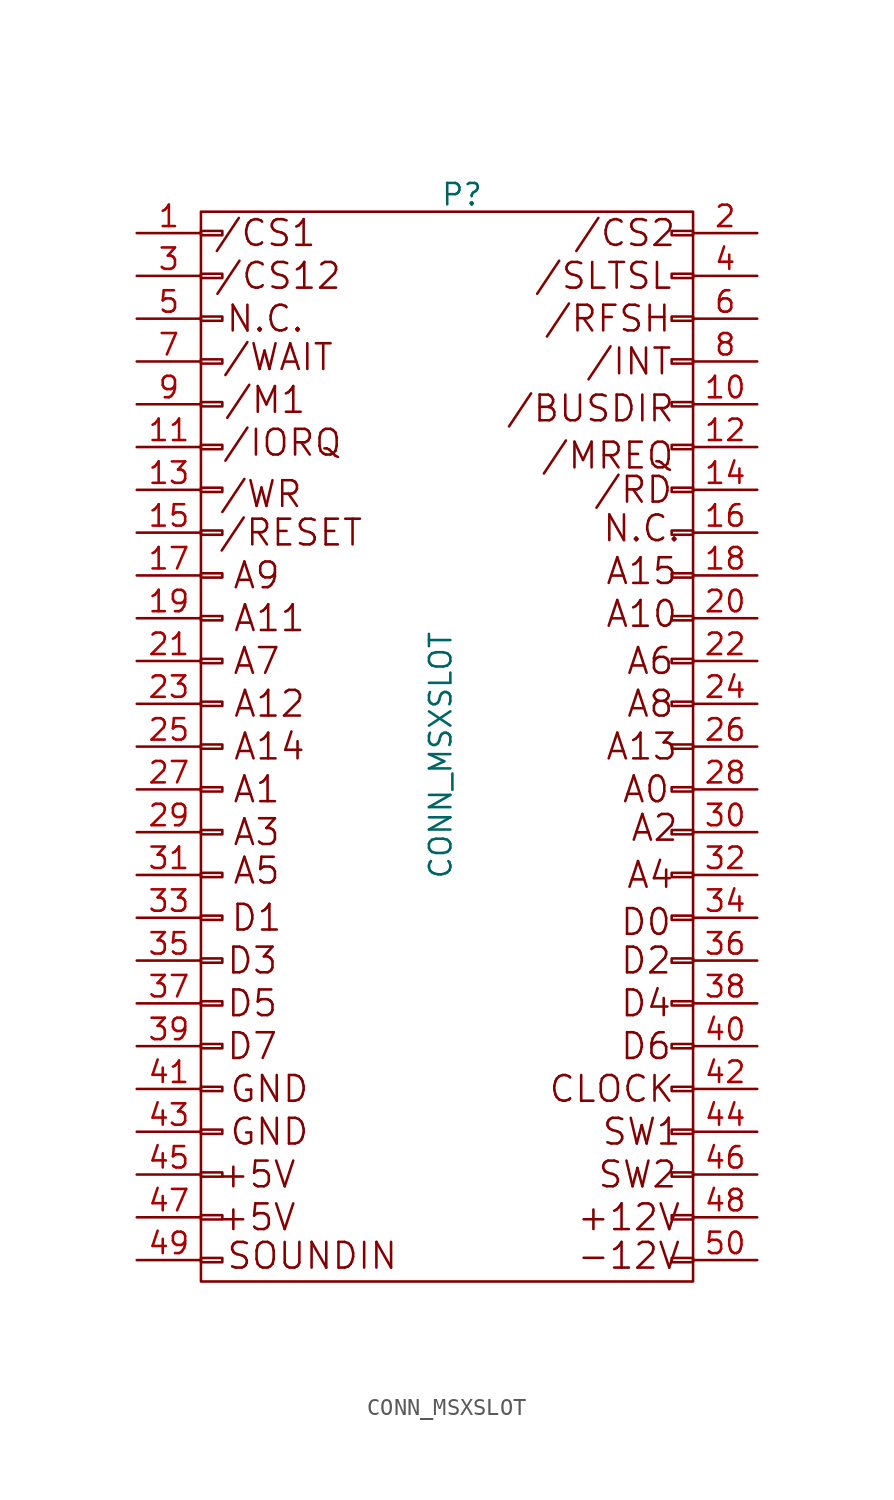
<source format=kicad_sym>
(kicad_symbol_lib
  (version 20231120)
  (generator "kicad_symbol_editor")
  (generator_version "8.0")
  (symbol "CONN_MSXSLOT"
    (pin_names
      (offset 0.025) hide)
    (property "Reference" "P"
      (at 0.254 31.496 0)
      (effects (font (size 1.27 1.27))))
    (property "Value" "CONN_MSXSLOT"
      (at -1.016 -1.778 90)
      (effects (font (size 1.27 1.27))))
    (property "Footprint" ""
      (at -12.7 -20.32 0)
      (effects (font (size 1.27 1.27))))
    (property "Datasheet" ""
      (at -12.7 -20.32 0)
      (effects (font (size 1.27 1.27))))
    (symbol "CONN_MSXSLOT_0_0"
      (text "+12V" (at 10.16 -29.21 0) (effects (font (size 1.524 1.524))))
      (text "+5V" (at -11.938 -29.21 0) (effects (font (size 1.524 1.524))))
      (text "+5V" (at -11.938 -26.67 0) (effects (font (size 1.524 1.524))))
      (text "-12V" (at 10.16 -31.496 0) (effects (font (size 1.524 1.524))))
      (text "/BUSDIR" (at 7.874 18.796 0) (effects (font (size 1.524 1.524))))
      (text "/CS1" (at -11.43 29.21 0) (effects (font (size 1.524 1.524))))
      (text "/CS12" (at -10.668 26.67 0) (effects (font (size 1.524 1.524))))
      (text "/CS2" (at 9.906 29.21 0) (effects (font (size 1.524 1.524))))
      (text "/INT" (at 10.16 21.59 0) (effects (font (size 1.524 1.524))))
      (text "/IORQ" (at -10.414 16.764 0) (effects (font (size 1.524 1.524))))
      (text "/M1" (at -11.43 19.304 0) (effects (font (size 1.524 1.524))))
      (text "/MREQ" (at 8.89 16.002 0) (effects (font (size 1.524 1.524))))
      (text "/RD" (at 10.414 13.97 0) (effects (font (size 1.524 1.524))))
      (text "/RESET" (at -9.906 11.43 0) (effects (font (size 1.524 1.524))))
      (text "/RFSH" (at 8.89 24.13 0) (effects (font (size 1.524 1.524))))
      (text "/SLTSL" (at 8.636 26.67 0) (effects (font (size 1.524 1.524))))
      (text "/WAIT" (at -10.668 21.844 0) (effects (font (size 1.524 1.524))))
      (text "/WR" (at -11.684 13.716 0) (effects (font (size 1.524 1.524))))
      (text "A0" (at 11.176 -3.81 0) (effects (font (size 1.524 1.524))))
      (text "A1" (at -11.938 -3.81 0) (effects (font (size 1.524 1.524))))
      (text "A10" (at 10.922 6.604 0) (effects (font (size 1.524 1.524))))
      (text "A11" (at -11.176 6.35 0) (effects (font (size 1.524 1.524))))
      (text "A12" (at -11.176 1.27 0) (effects (font (size 1.524 1.524))))
      (text "A13" (at 10.922 -1.27 0) (effects (font (size 1.524 1.524))))
      (text "A14" (at -11.176 -1.27 0) (effects (font (size 1.524 1.524))))
      (text "A15" (at 10.922 9.144 0) (effects (font (size 1.524 1.524))))
      (text "A2" (at 11.684 -6.096 0) (effects (font (size 1.524 1.524))))
      (text "A3" (at -11.938 -6.35 0) (effects (font (size 1.524 1.524))))
      (text "A4" (at 11.43 -8.89 0) (effects (font (size 1.524 1.524))))
      (text "A5" (at -11.938 -8.636 0) (effects (font (size 1.524 1.524))))
      (text "A6" (at 11.43 3.81 0) (effects (font (size 1.524 1.524))))
      (text "A7" (at -11.938 3.81 0) (effects (font (size 1.524 1.524))))
      (text "A8" (at 11.43 1.27 0) (effects (font (size 1.524 1.524))))
      (text "A9" (at -11.938 8.89 0) (effects (font (size 1.524 1.524))))
      (text "CLOCK" (at 9.144 -21.59 0) (effects (font (size 1.524 1.524))))
      (text "D0" (at 11.176 -11.684 0) (effects (font (size 1.524 1.524))))
      (text "D1" (at -11.938 -11.43 0) (effects (font (size 1.524 1.524))))
      (text "D2" (at 11.176 -13.97 0) (effects (font (size 1.524 1.524))))
      (text "D3" (at -12.192 -13.97 0) (effects (font (size 1.524 1.524))))
      (text "D4" (at 11.176 -16.51 0) (effects (font (size 1.524 1.524))))
      (text "D5" (at -12.192 -16.51 0) (effects (font (size 1.524 1.524))))
      (text "D6" (at 11.176 -19.05 0) (effects (font (size 1.524 1.524))))
      (text "D7" (at -12.192 -19.05 0) (effects (font (size 1.524 1.524))))
      (text "GND" (at -11.176 -24.13 0) (effects (font (size 1.524 1.524))))
      (text "GND" (at -11.176 -21.59 0) (effects (font (size 1.524 1.524))))
      (text "N.C." (at -11.43 24.13 0) (effects (font (size 1.524 1.524))))
      (text "N.C." (at 10.922 11.684 0) (effects (font (size 1.524 1.524))))
      (text "SOUNDIN" (at -8.636 -31.496 0) (effects (font (size 1.524 1.524))))
      (text "SW1" (at 10.922 -24.13 0) (effects (font (size 1.524 1.524))))
      (text "SW2" (at 10.668 -26.67 0) (effects (font (size 1.524 1.524)))))
    (symbol "CONN_MSXSLOT_0_1"
      (rectangle (start -15.24 -31.623) (end -13.97 -31.877) (stroke (width 0) (type solid)) (fill (type none)))
      (rectangle (start -15.24 -29.083) (end -13.97 -29.337) (stroke (width 0) (type solid)) (fill (type none)))
      (rectangle (start -15.24 -26.543) (end -13.97 -26.797) (stroke (width 0) (type solid)) (fill (type none)))
      (rectangle (start -15.24 -24.003) (end -13.97 -24.257) (stroke (width 0) (type solid)) (fill (type none)))
      (rectangle (start -15.24 -21.463) (end -13.97 -21.717) (stroke (width 0) (type solid)) (fill (type none)))
      (rectangle (start -15.24 -18.923) (end -13.97 -19.177) (stroke (width 0) (type solid)) (fill (type none)))
      (rectangle (start -15.24 -16.383) (end -13.97 -16.637) (stroke (width 0) (type solid)) (fill (type none)))
      (rectangle (start -15.24 -13.843) (end -13.97 -14.097) (stroke (width 0) (type solid)) (fill (type none)))
      (rectangle (start -15.24 -11.303) (end -13.97 -11.557) (stroke (width 0) (type solid)) (fill (type none)))
      (rectangle (start -15.24 -8.763) (end -13.97 -9.017) (stroke (width 0) (type solid)) (fill (type none)))
      (rectangle (start -15.24 -6.223) (end -13.97 -6.477) (stroke (width 0) (type solid)) (fill (type none)))
      (rectangle (start -15.24 -3.683) (end -13.97 -3.937) (stroke (width 0) (type solid)) (fill (type none)))
      (rectangle (start -15.24 -1.143) (end -13.97 -1.397) (stroke (width 0) (type solid)) (fill (type none)))
      (rectangle (start -15.24 1.397) (end -13.97 1.143) (stroke (width 0) (type solid)) (fill (type none)))
      (rectangle (start -15.24 3.937) (end -13.97 3.683) (stroke (width 0) (type solid)) (fill (type none)))
      (rectangle (start -15.24 6.477) (end -13.97 6.223) (stroke (width 0) (type solid)) (fill (type none)))
      (rectangle (start -15.24 9.017) (end -13.97 8.763) (stroke (width 0) (type solid)) (fill (type none)))
      (rectangle (start -15.24 11.557) (end -13.97 11.303) (stroke (width 0) (type solid)) (fill (type none)))
      (rectangle (start -15.24 14.097) (end -13.97 13.843) (stroke (width 0) (type solid)) (fill (type none)))
      (rectangle (start -15.24 16.637) (end -13.97 16.383) (stroke (width 0) (type solid)) (fill (type none)))
      (rectangle (start -15.24 19.177) (end -13.97 18.923) (stroke (width 0) (type solid)) (fill (type none)))
      (rectangle (start -15.24 21.717) (end -13.97 21.463) (stroke (width 0) (type solid)) (fill (type none)))
      (rectangle (start -15.24 24.257) (end -13.97 24.003) (stroke (width 0) (type solid)) (fill (type none)))
      (rectangle (start -15.24 26.797) (end -13.97 26.543) (stroke (width 0) (type solid)) (fill (type none)))
      (rectangle (start -15.24 29.337) (end -13.97 29.083) (stroke (width 0) (type solid)) (fill (type none)))
      (rectangle (start -15.24 30.48) (end 13.97 -33.02) (stroke (width 0) (type solid)) (fill (type none)))
      (rectangle (start 12.7 -31.623) (end 13.97 -31.877) (stroke (width 0) (type solid)) (fill (type none)))
      (rectangle (start 12.7 -29.083) (end 13.97 -29.337) (stroke (width 0) (type solid)) (fill (type none)))
      (rectangle (start 12.7 -26.543) (end 13.97 -26.797) (stroke (width 0) (type solid)) (fill (type none)))
      (rectangle (start 12.7 -24.003) (end 13.97 -24.257) (stroke (width 0) (type solid)) (fill (type none)))
      (rectangle (start 12.7 -21.463) (end 13.97 -21.717) (stroke (width 0) (type solid)) (fill (type none)))
      (rectangle (start 12.7 -18.923) (end 13.97 -19.177) (stroke (width 0) (type solid)) (fill (type none)))
      (rectangle (start 12.7 -16.383) (end 13.97 -16.637) (stroke (width 0) (type solid)) (fill (type none)))
      (rectangle (start 12.7 -13.843) (end 13.97 -14.097) (stroke (width 0) (type solid)) (fill (type none)))
      (rectangle (start 12.7 -11.303) (end 13.97 -11.557) (stroke (width 0) (type solid)) (fill (type none)))
      (rectangle (start 12.7 -8.763) (end 13.97 -9.017) (stroke (width 0) (type solid)) (fill (type none)))
      (rectangle (start 12.7 -6.223) (end 13.97 -6.477) (stroke (width 0) (type solid)) (fill (type none)))
      (rectangle (start 12.7 -3.683) (end 13.97 -3.937) (stroke (width 0) (type solid)) (fill (type none)))
      (rectangle (start 12.7 -1.143) (end 13.97 -1.397) (stroke (width 0) (type solid)) (fill (type none)))
      (rectangle (start 12.7 1.397) (end 13.97 1.143) (stroke (width 0) (type solid)) (fill (type none)))
      (rectangle (start 12.7 3.937) (end 13.97 3.683) (stroke (width 0) (type solid)) (fill (type none)))
      (rectangle (start 12.7 6.477) (end 13.97 6.223) (stroke (width 0) (type solid)) (fill (type none)))
      (rectangle (start 12.7 9.017) (end 13.97 8.763) (stroke (width 0) (type solid)) (fill (type none)))
      (rectangle (start 12.7 11.557) (end 13.97 11.303) (stroke (width 0) (type solid)) (fill (type none)))
      (rectangle (start 12.7 14.097) (end 13.97 13.843) (stroke (width 0) (type solid)) (fill (type none)))
      (rectangle (start 12.7 16.637) (end 13.97 16.383) (stroke (width 0) (type solid)) (fill (type none)))
      (rectangle (start 12.7 19.177) (end 13.97 18.923) (stroke (width 0) (type solid)) (fill (type none)))
      (rectangle (start 12.7 21.717) (end 13.97 21.463) (stroke (width 0) (type solid)) (fill (type none)))
      (rectangle (start 12.7 24.257) (end 13.97 24.003) (stroke (width 0) (type solid)) (fill (type none)))
      (rectangle (start 12.7 26.797) (end 13.97 26.543) (stroke (width 0) (type solid)) (fill (type none)))
      (rectangle (start 12.7 29.337) (end 13.97 29.083) (stroke (width 0) (type solid)) (fill (type none))))
    (symbol "CONN_MSXSLOT_1_1"
      (pin passive line (at -19.05 29.21 0) (length 3.81) (name "P1" (effects (font (size 1.27 1.27)))) (number "1" (effects (font (size 1.27 1.27)))))
      (pin passive line (at 17.78 19.05 180) (length 3.81) (name "P10" (effects (font (size 1.27 1.27)))) (number "10" (effects (font (size 1.27 1.27)))))
      (pin passive line (at -19.05 16.51 0) (length 3.81) (name "P11" (effects (font (size 1.27 1.27)))) (number "11" (effects (font (size 1.27 1.27)))))
      (pin passive line (at 17.78 16.51 180) (length 3.81) (name "P12" (effects (font (size 1.27 1.27)))) (number "12" (effects (font (size 1.27 1.27)))))
      (pin passive line (at -19.05 13.97 0) (length 3.81) (name "P13" (effects (font (size 1.27 1.27)))) (number "13" (effects (font (size 1.27 1.27)))))
      (pin passive line (at 17.78 13.97 180) (length 3.81) (name "P14" (effects (font (size 1.27 1.27)))) (number "14" (effects (font (size 1.27 1.27)))))
      (pin passive line (at -19.05 11.43 0) (length 3.81) (name "P15" (effects (font (size 1.27 1.27)))) (number "15" (effects (font (size 1.27 1.27)))))
      (pin passive line (at 17.78 11.43 180) (length 3.81) (name "P16" (effects (font (size 1.27 1.27)))) (number "16" (effects (font (size 1.27 1.27)))))
      (pin passive line (at -19.05 8.89 0) (length 3.81) (name "P17" (effects (font (size 1.27 1.27)))) (number "17" (effects (font (size 1.27 1.27)))))
      (pin passive line (at 17.78 8.89 180) (length 3.81) (name "P18" (effects (font (size 1.27 1.27)))) (number "18" (effects (font (size 1.27 1.27)))))
      (pin passive line (at -19.05 6.35 0) (length 3.81) (name "P19" (effects (font (size 1.27 1.27)))) (number "19" (effects (font (size 1.27 1.27)))))
      (pin passive line (at 17.78 29.21 180) (length 3.81) (name "P2" (effects (font (size 1.27 1.27)))) (number "2" (effects (font (size 1.27 1.27)))))
      (pin passive line (at 17.78 6.35 180) (length 3.81) (name "P20" (effects (font (size 1.27 1.27)))) (number "20" (effects (font (size 1.27 1.27)))))
      (pin passive line (at -19.05 3.81 0) (length 3.81) (name "P21" (effects (font (size 1.27 1.27)))) (number "21" (effects (font (size 1.27 1.27)))))
      (pin passive line (at 17.78 3.81 180) (length 3.81) (name "P22" (effects (font (size 1.27 1.27)))) (number "22" (effects (font (size 1.27 1.27)))))
      (pin passive line (at -19.05 1.27 0) (length 3.81) (name "P23" (effects (font (size 1.27 1.27)))) (number "23" (effects (font (size 1.27 1.27)))))
      (pin passive line (at 17.78 1.27 180) (length 3.81) (name "P24" (effects (font (size 1.27 1.27)))) (number "24" (effects (font (size 1.27 1.27)))))
      (pin passive line (at -19.05 -1.27 0) (length 3.81) (name "P25" (effects (font (size 1.27 1.27)))) (number "25" (effects (font (size 1.27 1.27)))))
      (pin passive line (at 17.78 -1.27 180) (length 3.81) (name "P26" (effects (font (size 1.27 1.27)))) (number "26" (effects (font (size 1.27 1.27)))))
      (pin passive line (at -19.05 -3.81 0) (length 3.81) (name "P27" (effects (font (size 1.27 1.27)))) (number "27" (effects (font (size 1.27 1.27)))))
      (pin passive line (at 17.78 -3.81 180) (length 3.81) (name "P28" (effects (font (size 1.27 1.27)))) (number "28" (effects (font (size 1.27 1.27)))))
      (pin passive line (at -19.05 -6.35 0) (length 3.81) (name "P29" (effects (font (size 1.27 1.27)))) (number "29" (effects (font (size 1.27 1.27)))))
      (pin passive line (at -19.05 26.67 0) (length 3.81) (name "P3" (effects (font (size 1.27 1.27)))) (number "3" (effects (font (size 1.27 1.27)))))
      (pin passive line (at 17.78 -6.35 180) (length 3.81) (name "P30" (effects (font (size 1.27 1.27)))) (number "30" (effects (font (size 1.27 1.27)))))
      (pin passive line (at -19.05 -8.89 0) (length 3.81) (name "P31" (effects (font (size 1.27 1.27)))) (number "31" (effects (font (size 1.27 1.27)))))
      (pin passive line (at 17.78 -8.89 180) (length 3.81) (name "P32" (effects (font (size 1.27 1.27)))) (number "32" (effects (font (size 1.27 1.27)))))
      (pin passive line (at -19.05 -11.43 0) (length 3.81) (name "P33" (effects (font (size 1.27 1.27)))) (number "33" (effects (font (size 1.27 1.27)))))
      (pin passive line (at 17.78 -11.43 180) (length 3.81) (name "P34" (effects (font (size 1.27 1.27)))) (number "34" (effects (font (size 1.27 1.27)))))
      (pin passive line (at -19.05 -13.97 0) (length 3.81) (name "P35" (effects (font (size 1.27 1.27)))) (number "35" (effects (font (size 1.27 1.27)))))
      (pin passive line (at 17.78 -13.97 180) (length 3.81) (name "P36" (effects (font (size 1.27 1.27)))) (number "36" (effects (font (size 1.27 1.27)))))
      (pin passive line (at -19.05 -16.51 0) (length 3.81) (name "P37" (effects (font (size 1.27 1.27)))) (number "37" (effects (font (size 1.27 1.27)))))
      (pin passive line (at 17.78 -16.51 180) (length 3.81) (name "P38" (effects (font (size 1.27 1.27)))) (number "38" (effects (font (size 1.27 1.27)))))
      (pin passive line (at -19.05 -19.05 0) (length 3.81) (name "P39" (effects (font (size 1.27 1.27)))) (number "39" (effects (font (size 1.27 1.27)))))
      (pin passive line (at 17.78 26.67 180) (length 3.81) (name "P4" (effects (font (size 1.27 1.27)))) (number "4" (effects (font (size 1.27 1.27)))))
      (pin passive line (at 17.78 -19.05 180) (length 3.81) (name "P40" (effects (font (size 1.27 1.27)))) (number "40" (effects (font (size 1.27 1.27)))))
      (pin passive line (at -19.05 -21.59 0) (length 3.81) (name "P41" (effects (font (size 1.27 1.27)))) (number "41" (effects (font (size 1.27 1.27)))))
      (pin passive line (at 17.78 -21.59 180) (length 3.81) (name "P42" (effects (font (size 1.27 1.27)))) (number "42" (effects (font (size 1.27 1.27)))))
      (pin passive line (at -19.05 -24.13 0) (length 3.81) (name "P43" (effects (font (size 1.27 1.27)))) (number "43" (effects (font (size 1.27 1.27)))))
      (pin passive line (at 17.78 -24.13 180) (length 3.81) (name "P44" (effects (font (size 1.27 1.27)))) (number "44" (effects (font (size 1.27 1.27)))))
      (pin passive line (at -19.05 -26.67 0) (length 3.81) (name "P45" (effects (font (size 1.27 1.27)))) (number "45" (effects (font (size 1.27 1.27)))))
      (pin passive line (at 17.78 -26.67 180) (length 3.81) (name "P46" (effects (font (size 1.27 1.27)))) (number "46" (effects (font (size 1.27 1.27)))))
      (pin passive line (at -19.05 -29.21 0) (length 3.81) (name "P47" (effects (font (size 1.27 1.27)))) (number "47" (effects (font (size 1.27 1.27)))))
      (pin passive line (at 17.78 -29.21 180) (length 3.81) (name "P48" (effects (font (size 1.27 1.27)))) (number "48" (effects (font (size 1.27 1.27)))))
      (pin passive line (at -19.05 -31.75 0) (length 3.81) (name "P49" (effects (font (size 1.27 1.27)))) (number "49" (effects (font (size 1.27 1.27)))))
      (pin passive line (at -19.05 24.13 0) (length 3.81) (name "P5" (effects (font (size 1.27 1.27)))) (number "5" (effects (font (size 1.27 1.27)))))
      (pin passive line (at 17.78 -31.75 180) (length 3.81) (name "P50" (effects (font (size 1.27 1.27)))) (number "50" (effects (font (size 1.27 1.27)))))
      (pin passive line (at 17.78 24.13 180) (length 3.81) (name "P6" (effects (font (size 1.27 1.27)))) (number "6" (effects (font (size 1.27 1.27)))))
      (pin passive line (at -19.05 21.59 0) (length 3.81) (name "P7" (effects (font (size 1.27 1.27)))) (number "7" (effects (font (size 1.27 1.27)))))
      (pin passive line (at 17.78 21.59 180) (length 3.81) (name "P8" (effects (font (size 1.27 1.27)))) (number "8" (effects (font (size 1.27 1.27)))))
      (pin passive line (at -19.05 19.05 0) (length 3.81) (name "P9" (effects (font (size 1.27 1.27)))) (number "9" (effects (font (size 1.27 1.27))))))))
</source>
